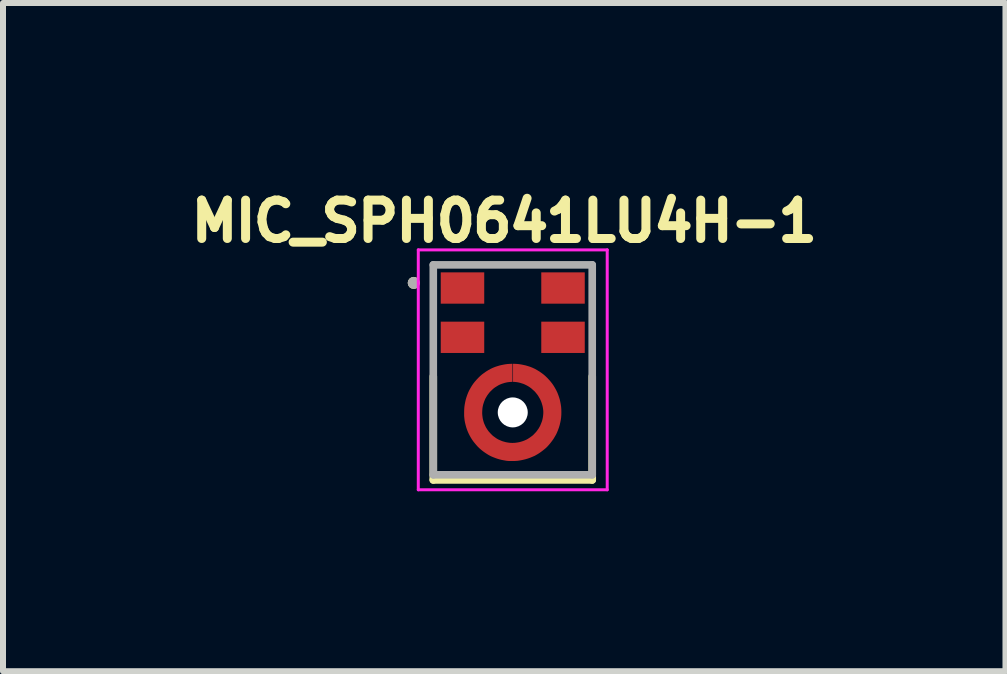
<source format=kicad_pcb>
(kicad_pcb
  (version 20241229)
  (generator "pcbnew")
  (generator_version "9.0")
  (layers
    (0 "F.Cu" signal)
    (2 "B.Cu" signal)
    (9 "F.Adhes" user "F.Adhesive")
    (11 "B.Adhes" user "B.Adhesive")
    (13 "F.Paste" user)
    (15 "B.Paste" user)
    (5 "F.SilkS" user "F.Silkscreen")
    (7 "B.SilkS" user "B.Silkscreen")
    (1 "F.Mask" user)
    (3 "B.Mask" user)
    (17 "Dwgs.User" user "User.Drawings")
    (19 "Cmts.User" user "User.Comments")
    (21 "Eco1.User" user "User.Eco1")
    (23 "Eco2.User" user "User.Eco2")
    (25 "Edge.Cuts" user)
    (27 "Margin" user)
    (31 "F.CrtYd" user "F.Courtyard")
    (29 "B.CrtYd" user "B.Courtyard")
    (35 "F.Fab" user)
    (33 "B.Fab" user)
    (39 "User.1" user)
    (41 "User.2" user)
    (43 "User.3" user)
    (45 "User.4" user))
  (footprint "MIC_SPH0641LU4H-1"
    (layer "F.Cu")
    (at 5.499 3.826)
    (property "Reference" "MIC_SPH0641LU4H-1" (at -0.142 -3.188 0) (layer "F.SilkS") (effects (font (size 0.64 0.64) (thickness 0.15))))
    (attr smd)
    (fp_circle (center 0 0) (end 0.9 0) (stroke (width 0) (type solid)) (fill yes) (layer "F.Mask"))
    (fp_line (start -1.325 1.126) (end -1.325 -0.6) (stroke (width 0.127) (type solid)) (layer "F.SilkS"))
    (fp_line (start 1.325 -0.6) (end 1.325 1.126) (stroke (width 0.127) (type solid)) (layer "F.SilkS"))
    (fp_line (start 1.325 1.126) (end -1.325 1.126) (stroke (width 0.127) (type solid)) (layer "F.SilkS"))
    (fp_circle (center -1.651 -2.159) (end -1.601 -2.159) (stroke (width 0.1) (type solid)) (fill no) (layer "F.SilkS"))
    (fp_poly (pts (xy -0.53 0.38) (xy -0.425 0.28) (xy -0.46 0.23) (xy -0.5 0.12) (xy -0.514 0) (xy -0.5 -0.12) (xy -0.462 -0.225) (xy -0.426 -0.288) (xy -0.525 -0.385) (xy -0.64 -0.5) (xy -0.705 -0.405) (xy -0.75 -0.31) (xy -0.78 -0.22) (xy -0.8 -0.14) (xy -0.81 0) (xy -0.796 0.16) (xy -0.75 0.31) (xy -0.69 0.425) (xy -0.645 0.495)) (stroke (width 0.001) (type solid)) (fill yes) (layer "F.Paste"))
    (fp_poly (pts (xy 0.53 -0.375) (xy 0.435 -0.28) (xy 0.46 -0.23) (xy 0.485 -0.175) (xy 0.5 -0.12) (xy 0.51 -0.06) (xy 0.514 0) (xy 0.5 0.12) (xy 0.462 0.225) (xy 0.426 0.283) (xy 0.525 0.385) (xy 0.64 0.5) (xy 0.7 0.41) (xy 0.75 0.31) (xy 0.78 0.23) (xy 0.8 0.14) (xy 0.81 0) (xy 0.796 -0.16) (xy 0.75 -0.31) (xy 0.7 -0.415) (xy 0.645 -0.49)) (stroke (width 0.001) (type solid)) (fill yes) (layer "F.Paste"))
    (fp_poly (pts (xy 0.385 0.53) (xy 0.28 0.425) (xy 0.23 0.46) (xy 0.12 0.5) (xy 0 0.514) (xy -0.12 0.5) (xy -0.225 0.462) (xy -0.283 0.421) (xy -0.38 0.52) (xy -0.5 0.64) (xy -0.405 0.705) (xy -0.31 0.75) (xy -0.23 0.78) (xy -0.14 0.8) (xy -0.06 0.81) (xy 0 0.81) (xy 0.065 0.81) (xy 0.16 0.796) (xy 0.235 0.78) (xy 0.31 0.75) (xy 0.405 0.705) (xy 0.5 0.64)) (stroke (width 0.001) (type solid)) (fill yes) (layer "F.Paste"))
    (fp_poly (pts (xy -0.385 -0.53) (xy -0.285 -0.43) (xy -0.23 -0.465) (xy -0.12 -0.505) (xy -0.12 -0.51) (xy -0.11 -0.505) (xy -0.005 -0.52) (xy 0.005 -0.524) (xy 0.005 -0.52) (xy 0.125 -0.505) (xy 0.225 -0.462) (xy 0.293 -0.426) (xy 0.39 -0.525) (xy 0.505 -0.635) (xy 0.41 -0.7) (xy 0.31 -0.75) (xy 0.22 -0.78) (xy 0.14 -0.8) (xy 0 -0.81) (xy -0.16 -0.796) (xy -0.31 -0.75) (xy -0.4 -0.705) (xy -0.5 -0.64)) (stroke (width 0.001) (type solid)) (fill yes) (layer "F.Paste"))
    (fp_line (start -1.575 -2.71) (end 1.575 -2.71) (stroke (width 0.05) (type solid)) (layer "F.CrtYd"))
    (fp_line (start -1.575 1.29) (end -1.575 -2.71) (stroke (width 0.05) (type solid)) (layer "F.CrtYd"))
    (fp_line (start 1.575 -2.71) (end 1.575 1.29) (stroke (width 0.05) (type solid)) (layer "F.CrtYd"))
    (fp_line (start 1.575 1.29) (end -1.575 1.29) (stroke (width 0.05) (type solid)) (layer "F.CrtYd"))
    (fp_line (start -1.325 -2.46) (end 1.325 -2.46) (stroke (width 0.127) (type solid)) (layer "F.Fab"))
    (fp_line (start -1.325 1.04) (end -1.325 -2.46) (stroke (width 0.127) (type solid)) (layer "F.Fab"))
    (fp_line (start 1.325 -2.46) (end 1.325 1.04) (stroke (width 0.127) (type solid)) (layer "F.Fab"))
    (fp_line (start 1.325 1.04) (end -1.325 1.04) (stroke (width 0.127) (type solid)) (layer "F.Fab"))
    (fp_circle (center -1.651 -2.159) (end -1.601 -2.159) (stroke (width 0.1) (type solid)) (fill no) (layer "F.Fab"))
    (pad "" np_thru_hole circle (at 0 0) (size 0.5 0.5) (drill 0.5) (layers "*.Cu" "*.Mask"))
    (pad "1" smd rect (at -0.838 -2.074) (size 0.725 0.522) (layers "F.Cu" "F.Mask" "F.Paste"))
    (pad "2" smd rect (at -0.838 -1.252) (size 0.725 0.522) (layers "F.Cu" "F.Mask" "F.Paste"))
    (pad "3" smd custom (at 0.656 -0.013) (size 0.1 0.1) (layers "F.Cu") (options (anchor rect)) (primitives (gr_poly (pts (xy -0.661 -0.497) (xy -0.661 -0.797) (xy -0.705 -0.796) (xy -0.747 -0.793) (xy -0.789 -0.787) (xy -0.83 -0.779) (xy -0.871 -0.77) (xy -0.911 -0.758) (xy -0.951 -0.745) (xy -0.99 -0.729) (xy -1.028 -0.711) (xy -1.065 -0.69) (xy -1.101 -0.668) (xy -1.135 -0.644) (xy -1.169 -0.619) (xy -1.2 -0.592) (xy -1.231 -0.562) (xy -1.26 -0.531) (xy -1.287 -0.5) (xy -1.313 -0.467) (xy -1.337 -0.432) (xy -1.358 -0.397) (xy -1.379 -0.359) (xy -1.397 -0.322) (xy -1.413 -0.282) (xy -1.427 -0.242) (xy -1.439 -0.203) (xy -1.448 -0.162) (xy -1.456 -0.12) (xy -1.462 -0.079) (xy -1.465 -0.036) (xy -1.466 0.003) (xy -1.466 0.072) (xy -1.463 0.104) (xy -1.459 0.142) (xy -1.452 0.18) (xy -1.443 0.218) (xy -1.433 0.256) (xy -1.421 0.292) (xy -1.407 0.329) (xy -1.392 0.363) (xy -1.374 0.399) (xy -1.356 0.431) (xy -1.335 0.465) (xy -1.313 0.496) (xy -1.289 0.526) (xy -1.264 0.556) (xy -1.238 0.585) (xy -1.21 0.612) (xy -1.181 0.637) (xy -1.151 0.661) (xy -1.12 0.683) (xy -1.087 0.705) (xy -1.054 0.725) (xy -1.02 0.743) (xy -0.985 0.758) (xy -0.949 0.772) (xy -0.912 0.785) (xy -0.875 0.796) (xy -0.838 0.805) (xy -0.8 0.812) (xy -0.761 0.819) (xy -0.716 0.823) (xy -0.656 0.823) (xy -0.614 0.822) (xy -0.571 0.819) (xy -0.529 0.812) (xy -0.488 0.804) (xy -0.446 0.794) (xy -0.406 0.782) (xy -0.366 0.768) (xy -0.327 0.752) (xy -0.288 0.735) (xy -0.251 0.714) (xy -0.215 0.692) (xy -0.18 0.667) (xy -0.146 0.641) (xy -0.114 0.615) (xy -0.083 0.586) (xy -0.054 0.554) (xy -0.027 0.522) (xy -0.001 0.488) (xy 0.023 0.454) (xy 0.045 0.417) (xy 0.066 0.381) (xy 0.084 0.342) (xy 0.1 0.302) (xy 0.114 0.263) (xy 0.126 0.223) (xy 0.136 0.18) (xy 0.144 0.14) (xy 0.15 0.098) (xy 0.153 0.054) (xy 0.154 0.013) (xy 0.154 0.003) (xy 0.153 -0.036) (xy 0.15 -0.079) (xy 0.144 -0.12) (xy 0.136 -0.162) (xy 0.127 -0.203) (xy 0.115 -0.242) (xy 0.101 -0.282) (xy 0.085 -0.322) (xy 0.067 -0.359) (xy 0.046 -0.397) (xy 0.025 -0.432) (xy 0.001 -0.467) (xy -0.025 -0.5) (xy -0.052 -0.531) (xy -0.081 -0.562) (xy -0.112 -0.592) (xy -0.143 -0.619) (xy -0.177 -0.644) (xy -0.211 -0.668) (xy -0.247 -0.69) (xy -0.284 -0.711) (xy -0.322 -0.729) (xy -0.361 -0.745) (xy -0.401 -0.758) (xy -0.441 -0.77) (xy -0.482 -0.779) (xy -0.523 -0.787) (xy -0.565 -0.793) (xy -0.607 -0.796) (xy -0.651 -0.797) (xy -0.651 -0.497) (xy -0.636 -0.497) (xy -0.607 -0.494) (xy -0.581 -0.491) (xy -0.556 -0.486) (xy -0.531 -0.48) (xy -0.507 -0.472) (xy -0.483 -0.465) (xy -0.459 -0.455) (xy -0.436 -0.444) (xy -0.413 -0.432) (xy -0.391 -0.419) (xy -0.37 -0.405) (xy -0.349 -0.39) (xy -0.33 -0.373) (xy -0.311 -0.356) (xy -0.292 -0.339) (xy -0.275 -0.32) (xy -0.259 -0.3) (xy -0.243 -0.28) (xy -0.229 -0.259) (xy -0.216 -0.236) (xy -0.203 -0.214) (xy -0.192 -0.192) (xy -0.182 -0.168) (xy -0.173 -0.143) (xy -0.166 -0.119) (xy -0.159 -0.095) (xy -0.154 -0.07) (xy -0.15 -0.044) (xy -0.147 -0.019) (xy -0.146 0.003) (xy -0.146 0.025) (xy -0.148 0.052) (xy -0.151 0.08) (xy -0.155 0.105) (xy -0.161 0.133) (xy -0.168 0.159) (xy -0.177 0.183) (xy -0.187 0.208) (xy -0.198 0.234) (xy -0.211 0.258) (xy -0.224 0.281) (xy -0.239 0.302) (xy -0.255 0.325) (xy -0.272 0.345) (xy -0.291 0.365) (xy -0.31 0.385) (xy -0.33 0.403) (xy -0.351 0.418) (xy -0.373 0.434) (xy -0.396 0.449) (xy -0.419 0.463) (xy -0.443 0.474) (xy -0.468 0.485) (xy -0.493 0.494) (xy -0.519 0.502) (xy -0.545 0.509) (xy -0.572 0.514) (xy -0.598 0.518) (xy -0.625 0.521) (xy -0.656 0.522) (xy -0.666 0.522) (xy -0.696 0.521) (xy -0.723 0.518) (xy -0.749 0.514) (xy -0.775 0.509) (xy -0.8 0.502) (xy -0.825 0.495) (xy -0.85 0.485) (xy -0.874 0.475) (xy -0.898 0.464) (xy -0.921 0.451) (xy -0.943 0.436) (xy -0.965 0.42) (xy -0.986 0.405) (xy -1.005 0.387) (xy -1.024 0.368) (xy -1.042 0.348) (xy -1.059 0.329) (xy -1.075 0.307) (xy -1.089 0.285) (xy -1.103 0.263) (xy -1.115 0.238) (xy -1.126 0.214) (xy -1.136 0.191) (xy -1.144 0.166) (xy -1.151 0.14) (xy -1.157 0.114) (xy -1.161 0.087) (xy -1.164 0.061) (xy -1.166 0.035) (xy -1.166 0.013) (xy -1.165 -0.017) (xy -1.163 -0.043) (xy -1.16 -0.07) (xy -1.155 -0.096) (xy -1.149 -0.121) (xy -1.141 -0.146) (xy -1.132 -0.172) (xy -1.122 -0.197) (xy -1.111 -0.221) (xy -1.098 -0.243) (xy -1.084 -0.267) (xy -1.069 -0.288) (xy -1.053 -0.309) (xy -1.036 -0.33) (xy -1.017 -0.348) (xy -0.998 -0.367) (xy -0.978 -0.385) (xy -0.957 -0.401) (xy -0.935 -0.415) (xy -0.912 -0.429) (xy -0.889 -0.443) (xy -0.865 -0.454) (xy -0.84 -0.464) (xy -0.815 -0.472) (xy -0.79 -0.48) (xy -0.764 -0.486) (xy -0.738 -0.491) (xy -0.712 -0.494) (xy -0.685 -0.496) (xy -0.661 -0.497)) (width 0.001) (fill yes))))
    (pad "4" smd rect (at 0.838 -1.252) (size 0.725 0.522) (layers "F.Cu" "F.Mask" "F.Paste"))
    (pad "5" smd rect (at 0.838 -2.074) (size 0.725 0.522) (layers "F.Cu" "F.Mask" "F.Paste")))
  (gr_rect
    (start -3 -3)
    (end 13.714 8.141)
    (stroke (width 0.1) (type default))
    (fill no)
    (layer "Edge.Cuts")))
</source>
